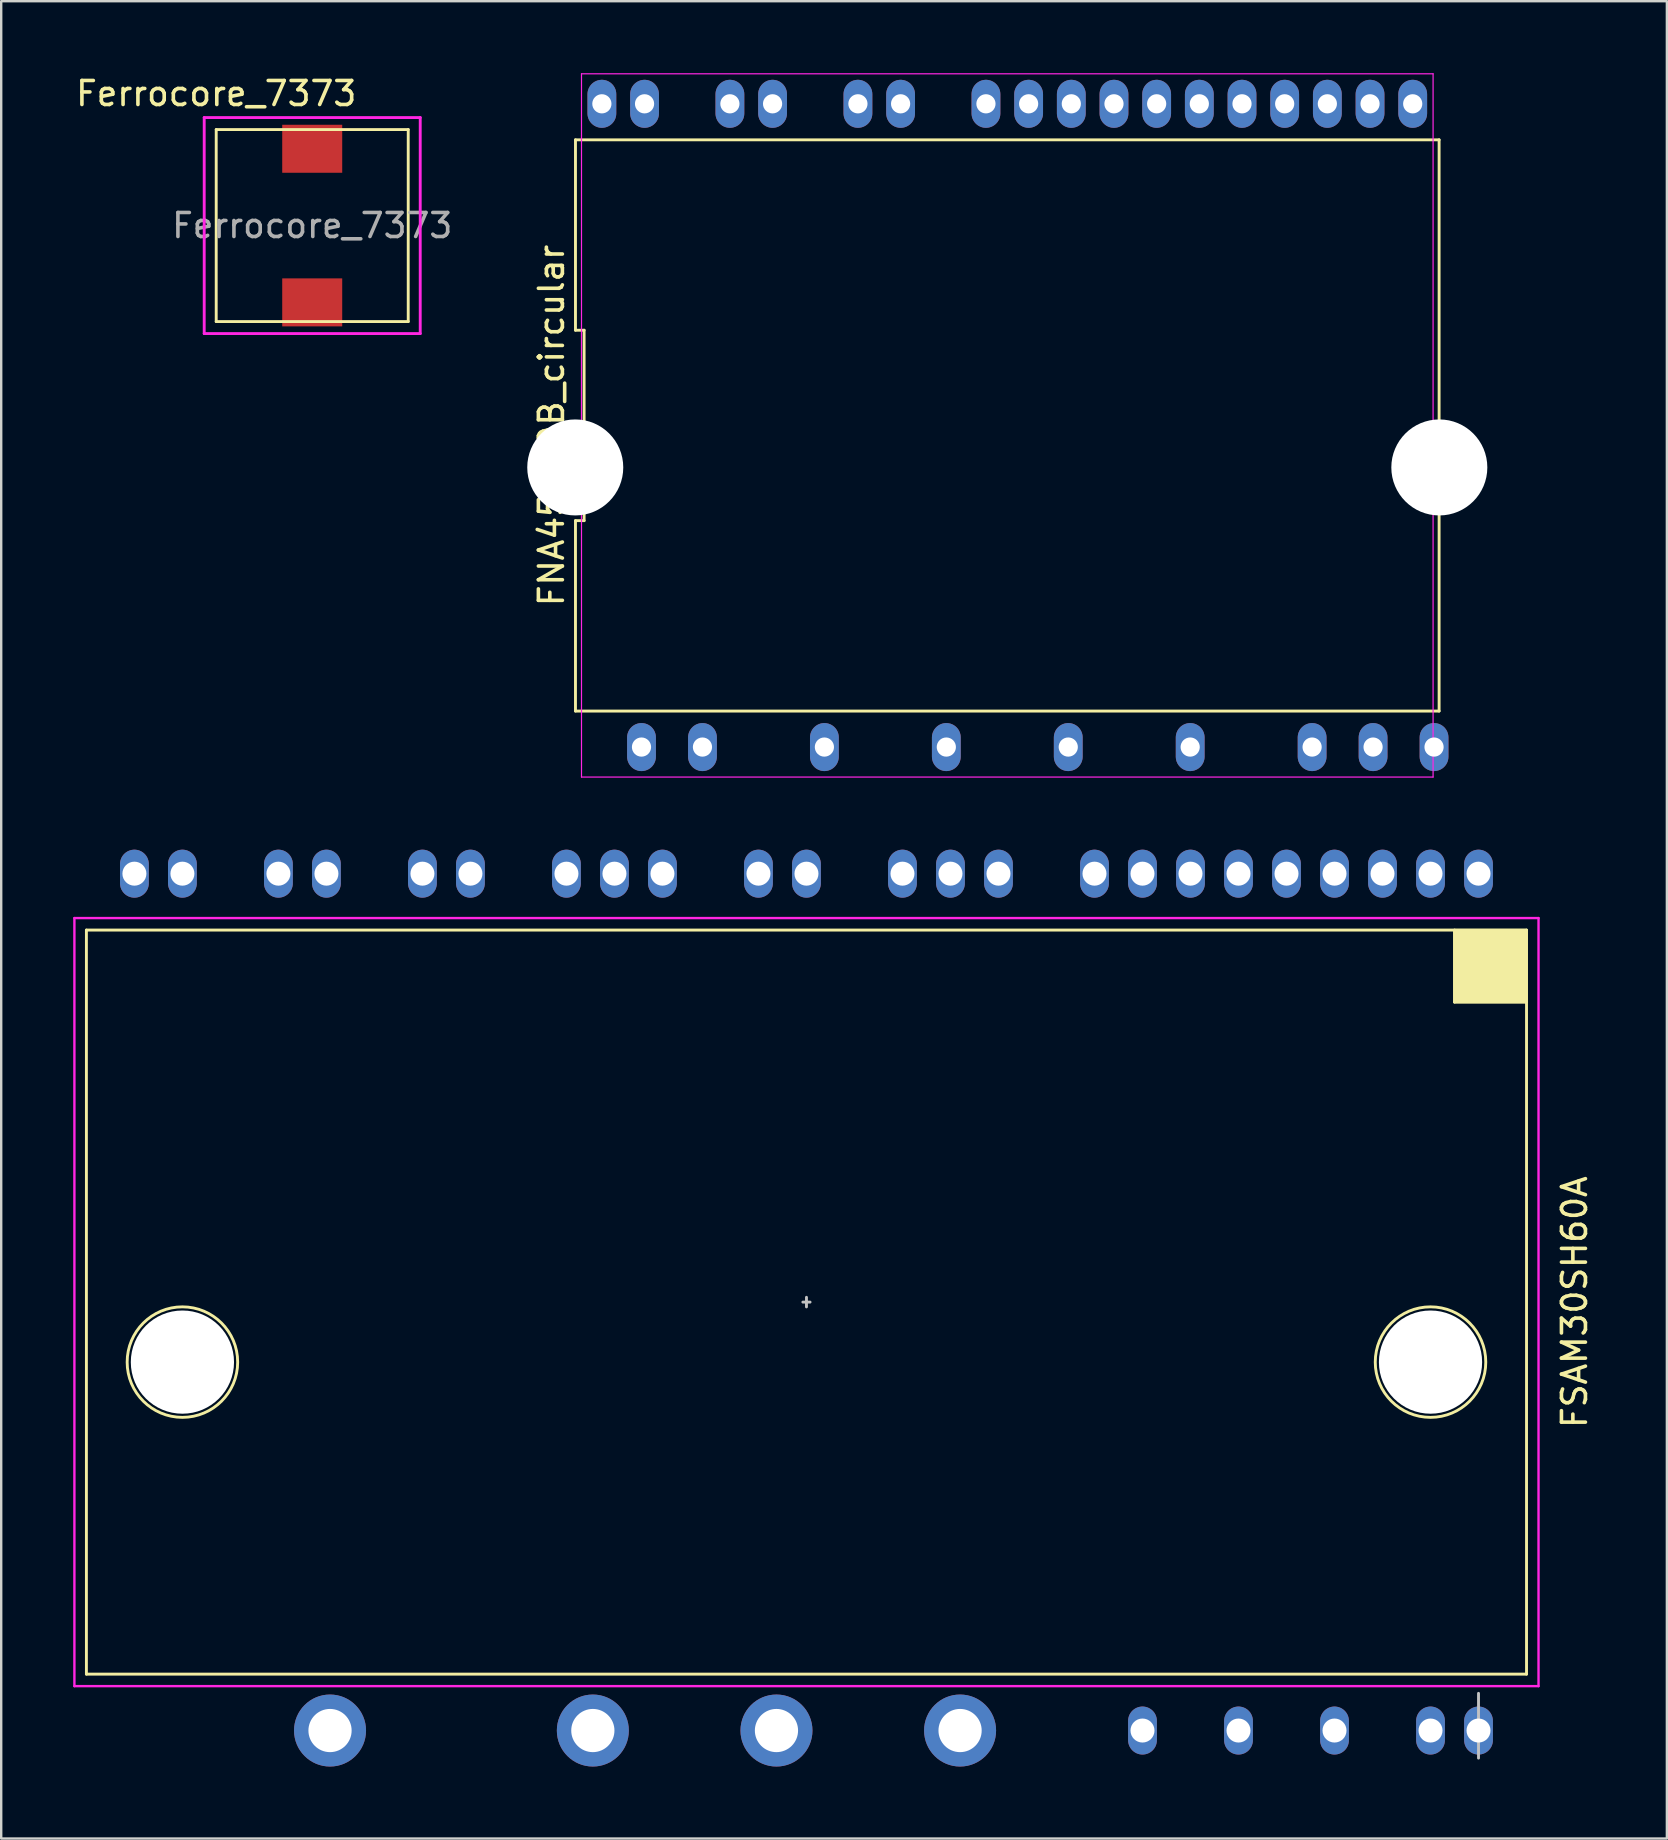
<source format=kicad_pcb>
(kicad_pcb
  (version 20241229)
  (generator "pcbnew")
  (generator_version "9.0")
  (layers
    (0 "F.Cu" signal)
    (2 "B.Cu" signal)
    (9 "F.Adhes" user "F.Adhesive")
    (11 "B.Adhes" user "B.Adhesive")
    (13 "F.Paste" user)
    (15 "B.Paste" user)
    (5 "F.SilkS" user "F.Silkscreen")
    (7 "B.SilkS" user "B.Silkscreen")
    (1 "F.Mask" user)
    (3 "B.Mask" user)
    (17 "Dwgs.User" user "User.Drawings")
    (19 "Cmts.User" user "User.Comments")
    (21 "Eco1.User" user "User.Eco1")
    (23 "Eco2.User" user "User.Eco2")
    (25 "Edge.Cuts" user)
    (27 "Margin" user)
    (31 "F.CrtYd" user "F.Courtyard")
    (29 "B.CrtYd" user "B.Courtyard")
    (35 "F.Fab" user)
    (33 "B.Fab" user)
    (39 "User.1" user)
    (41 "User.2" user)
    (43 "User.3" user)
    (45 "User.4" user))
  (footprint "FNA45160B_circular"
    (layer "F.Cu")
    (at 38.917 14.675)
    (property "Reference" "FNA45160B_circular" (at -18.991 0 90) (layer "F.SilkS") (effects (font (size 1 1) (thickness 0.15))))
    (attr through_hole)
    (fp_line (start -17.991 -11.9) (end -17.991 -3.967) (stroke (width 0.12) (type solid)) (layer "F.SilkS"))
    (fp_line (start -17.991 -3.967) (end -17.631 -3.967) (stroke (width 0.12) (type solid)) (layer "F.SilkS"))
    (fp_line (start -17.991 3.967) (end -17.991 11.9) (stroke (width 0.12) (type solid)) (layer "F.SilkS"))
    (fp_line (start -17.991 11.9) (end 17.991 11.9) (stroke (width 0.12) (type solid)) (layer "F.SilkS"))
    (fp_line (start -17.631 -3.967) (end -17.631 3.967) (stroke (width 0.12) (type solid)) (layer "F.SilkS"))
    (fp_line (start -17.631 3.967) (end -17.991 3.967) (stroke (width 0.12) (type solid)) (layer "F.SilkS"))
    (fp_line (start 17.991 -11.9) (end -17.991 -11.9) (stroke (width 0.12) (type solid)) (layer "F.SilkS"))
    (fp_line (start 17.991 11.9) (end 17.991 -11.9) (stroke (width 0.12) (type solid)) (layer "F.SilkS"))
    (fp_line (start -17.74 -14.65) (end 17.74 -14.65) (stroke (width 0.05) (type solid)) (layer "F.CrtYd"))
    (fp_line (start -17.74 14.65) (end -17.74 -14.65) (stroke (width 0.05) (type solid)) (layer "F.CrtYd"))
    (fp_line (start 17.74 -14.65) (end 17.74 14.65) (stroke (width 0.05) (type solid)) (layer "F.CrtYd"))
    (fp_line (start 17.74 14.65) (end -17.74 14.65) (stroke (width 0.05) (type solid)) (layer "F.CrtYd"))
    (pad "" np_thru_hole circle (at -18 1.75) (size 4 4) (drill 4) (layers "*.Cu" "*.Mask"))
    (pad "" np_thru_hole circle (at 18 1.75) (size 4 4) (drill 4) (layers "*.Cu" "*.Mask"))
    (pad "1" thru_hole oval (at -15.24 13.4) (size 1.2 2) (drill 0.8) (layers "*.Cu" "*.Mask"))
    (pad "2" thru_hole oval (at -12.7 13.4) (size 1.2 2) (drill 0.8) (layers "*.Cu" "*.Mask"))
    (pad "4" thru_hole oval (at -7.62 13.4) (size 1.2 2) (drill 0.8) (layers "*.Cu" "*.Mask"))
    (pad "6" thru_hole oval (at -2.54 13.4) (size 1.2 2) (drill 0.8) (layers "*.Cu" "*.Mask"))
    (pad "8" thru_hole oval (at 2.54 13.4) (size 1.2 2) (drill 0.8) (layers "*.Cu" "*.Mask"))
    (pad "10" thru_hole oval (at 7.62 13.4) (size 1.2 2) (drill 0.8) (layers "*.Cu" "*.Mask"))
    (pad "12" thru_hole oval (at 12.7 13.4) (size 1.2 2) (drill 0.8) (layers "*.Cu" "*.Mask"))
    (pad "13" thru_hole oval (at 15.24 13.4) (size 1.2 2) (drill 0.8) (layers "*.Cu" "*.Mask"))
    (pad "14" thru_hole oval (at 17.78 13.4) (size 1.2 2) (drill 0.8) (layers "*.Cu" "*.Mask"))
    (pad "21" thru_hole oval (at 16.891 -13.4) (size 1.2 2) (drill 0.8) (layers "*.Cu" "*.Mask"))
    (pad "22" thru_hole oval (at 15.113 -13.4) (size 1.2 2) (drill 0.8) (layers "*.Cu" "*.Mask"))
    (pad "23" thru_hole oval (at 13.335 -13.4) (size 1.2 2) (drill 0.8) (layers "*.Cu" "*.Mask"))
    (pad "24" thru_hole oval (at 11.557 -13.4) (size 1.2 2) (drill 0.8) (layers "*.Cu" "*.Mask"))
    (pad "25" thru_hole oval (at 9.779 -13.4) (size 1.2 2) (drill 0.8) (layers "*.Cu" "*.Mask"))
    (pad "26" thru_hole oval (at 8.001 -13.4) (size 1.2 2) (drill 0.8) (layers "*.Cu" "*.Mask"))
    (pad "27" thru_hole oval (at 6.223 -13.4) (size 1.2 2) (drill 0.8) (layers "*.Cu" "*.Mask"))
    (pad "28" thru_hole oval (at 4.445 -13.4) (size 1.2 2) (drill 0.8) (layers "*.Cu" "*.Mask"))
    (pad "29" thru_hole oval (at 2.667 -13.4) (size 1.2 2) (drill 0.8) (layers "*.Cu" "*.Mask"))
    (pad "30" thru_hole oval (at 0.889 -13.4) (size 1.2 2) (drill 0.8) (layers "*.Cu" "*.Mask"))
    (pad "31" thru_hole oval (at -0.889 -13.4) (size 1.2 2) (drill 0.8) (layers "*.Cu" "*.Mask"))
    (pad "33" thru_hole oval (at -4.445 -13.4) (size 1.2 2) (drill 0.8) (layers "*.Cu" "*.Mask"))
    (pad "34" thru_hole oval (at -6.223 -13.4) (size 1.2 2) (drill 0.8) (layers "*.Cu" "*.Mask"))
    (pad "36" thru_hole oval (at -9.779 -13.4) (size 1.2 2) (drill 0.8) (layers "*.Cu" "*.Mask"))
    (pad "37" thru_hole oval (at -11.557 -13.4) (size 1.2 2) (drill 0.8) (layers "*.Cu" "*.Mask"))
    (pad "39" thru_hole oval (at -15.113 -13.4) (size 1.2 2) (drill 0.8) (layers "*.Cu" "*.Mask"))
    (pad "40" thru_hole oval (at -16.891 -13.4) (size 1.2 2) (drill 0.8) (layers "*.Cu" "*.Mask")))
  (footprint "FSAM30SH60A"
    (layer "F.Cu")
    (at 30.55 51.2)
    (property "Reference" "FSAM30SH60A" (at 32 0 270) (layer "F.SilkS") (effects (font (size 1 1) (thickness 0.15))))
    (attr through_hole)
    (fp_line (start -30 -15.5) (end -30 15.5) (stroke (width 0.12) (type solid)) (layer "F.SilkS"))
    (fp_line (start -30 15.5) (end 30 15.5) (stroke (width 0.12) (type solid)) (layer "F.SilkS"))
    (fp_line (start 27 -15.5) (end 27 -12.5) (stroke (width 0.12) (type solid)) (layer "F.SilkS"))
    (fp_line (start 27 -12.5) (end 30 -12.5) (stroke (width 0.12) (type solid)) (layer "F.SilkS"))
    (fp_line (start 30 -15.5) (end -30 -15.5) (stroke (width 0.12) (type solid)) (layer "F.SilkS"))
    (fp_line (start 30 15.5) (end 30 -15.5) (stroke (width 0.12) (type solid)) (layer "F.SilkS"))
    (fp_circle (center -26 2.5) (end -23.7 2.6) (stroke (width 0.12) (type solid)) (fill no) (layer "F.SilkS"))
    (fp_circle (center 26 2.5) (end 23.7 2.4) (stroke (width 0.12) (type solid)) (fill no) (layer "F.SilkS"))
    (fp_poly (pts (xy 30 -12.5) (xy 27 -12.5) (xy 27 -15.5) (xy 30 -15.5)) (stroke (width 0.1) (type solid)) (fill yes) (layer "F.SilkS"))
    (fp_line (start -0.15 0) (end 0.15 0) (stroke (width 0.12) (type solid)) (layer "Dwgs.User"))
    (fp_line (start 0 -0.2) (end 0 0.2) (stroke (width 0.12) (type solid)) (layer "Dwgs.User"))
    (fp_line (start 28 19) (end 28 16.3) (stroke (width 0.12) (type solid)) (layer "Dwgs.User"))
    (fp_line (start -30.5 -16) (end -30.5 16) (stroke (width 0.1) (type solid)) (layer "F.CrtYd"))
    (fp_line (start -30.5 16) (end 30.5 16) (stroke (width 0.1) (type solid)) (layer "F.CrtYd"))
    (fp_line (start 30.5 -16) (end -30.5 -16) (stroke (width 0.1) (type solid)) (layer "F.CrtYd"))
    (fp_line (start 30.5 16) (end 30.5 -16) (stroke (width 0.1) (type solid)) (layer "F.CrtYd"))
    (pad "" np_thru_hole circle (at -26 2.5 180) (size 4.3 4.3) (drill 4.3) (layers "*.Cu" "*.Mask"))
    (pad "" np_thru_hole circle (at 26 2.5 180) (size 4.3 4.3) (drill 4.3) (layers "*.Cu" "*.Mask"))
    (pad "1" thru_hole oval (at 28 -17.85 180) (size 1.2 2) (drill 1) (layers "*.Cu" "*.Mask"))
    (pad "2" thru_hole oval (at 26 -17.85 180) (size 1.2 2) (drill 1) (layers "*.Cu" "*.Mask"))
    (pad "3" thru_hole oval (at 24 -17.85 180) (size 1.2 2) (drill 1) (layers "*.Cu" "*.Mask"))
    (pad "4" thru_hole oval (at 22 -17.85 180) (size 1.2 2) (drill 1) (layers "*.Cu" "*.Mask"))
    (pad "5" thru_hole oval (at 20 -17.85 180) (size 1.2 2) (drill 1) (layers "*.Cu" "*.Mask"))
    (pad "6" thru_hole oval (at 18 -17.85 180) (size 1.2 2) (drill 1) (layers "*.Cu" "*.Mask"))
    (pad "7" thru_hole oval (at 16 -17.85 180) (size 1.2 2) (drill 1) (layers "*.Cu" "*.Mask"))
    (pad "8" thru_hole oval (at 14 -17.85 180) (size 1.2 2) (drill 1) (layers "*.Cu" "*.Mask"))
    (pad "9" thru_hole oval (at 12 -17.85 180) (size 1.2 2) (drill 1) (layers "*.Cu" "*.Mask"))
    (pad "10" thru_hole oval (at 8 -17.85 180) (size 1.2 2) (drill 1) (layers "*.Cu" "*.Mask"))
    (pad "11" thru_hole oval (at 6 -17.85 180) (size 1.2 2) (drill 1) (layers "*.Cu" "*.Mask"))
    (pad "12" thru_hole oval (at 4 -17.85 180) (size 1.2 2) (drill 1) (layers "*.Cu" "*.Mask"))
    (pad "13" thru_hole oval (at 0 -17.85 180) (size 1.2 2) (drill 1) (layers "*.Cu" "*.Mask"))
    (pad "14" thru_hole oval (at -2 -17.85 180) (size 1.2 2) (drill 1) (layers "*.Cu" "*.Mask"))
    (pad "15" thru_hole oval (at -6 -17.85 180) (size 1.2 2) (drill 1) (layers "*.Cu" "*.Mask"))
    (pad "16" thru_hole oval (at -8 -17.85 180) (size 1.2 2) (drill 1) (layers "*.Cu" "*.Mask"))
    (pad "17" thru_hole oval (at -10 -17.85 180) (size 1.2 2) (drill 1) (layers "*.Cu" "*.Mask"))
    (pad "18" thru_hole oval (at -14 -17.85 180) (size 1.2 2) (drill 1) (layers "*.Cu" "*.Mask"))
    (pad "19" thru_hole oval (at -16 -17.85 180) (size 1.2 2) (drill 1) (layers "*.Cu" "*.Mask"))
    (pad "20" thru_hole oval (at -20 -17.85 180) (size 1.2 2) (drill 1) (layers "*.Cu" "*.Mask"))
    (pad "21" thru_hole oval (at -22 -17.85 180) (size 1.2 2) (drill 1) (layers "*.Cu" "*.Mask"))
    (pad "22" thru_hole oval (at -26 -17.85 180) (size 1.2 2) (drill 1) (layers "*.Cu" "*.Mask"))
    (pad "23" thru_hole oval (at -28 -17.85 180) (size 1.2 2) (drill 1) (layers "*.Cu" "*.Mask"))
    (pad "24" thru_hole oval (at 28 17.85 180) (size 1.2 2) (drill 1) (layers "*.Cu" "*.Mask"))
    (pad "25" thru_hole oval (at 26 17.85 180) (size 1.2 2) (drill 1) (layers "*.Cu" "*.Mask"))
    (pad "26" thru_hole oval (at 22 17.85 180) (size 1.2 2) (drill 1) (layers "*.Cu" "*.Mask"))
    (pad "27" thru_hole oval (at 18 17.85 180) (size 1.2 2) (drill 1) (layers "*.Cu" "*.Mask"))
    (pad "28" thru_hole oval (at 14 17.85 180) (size 1.2 2) (drill 1) (layers "*.Cu" "*.Mask"))
    (pad "29" thru_hole oval (at 6.4 17.85 180) (size 3 3) (drill 1.8) (layers "*.Cu" "*.Mask"))
    (pad "30" thru_hole oval (at -1.25 17.85 180) (size 3 3) (drill 1.8) (layers "*.Cu" "*.Mask"))
    (pad "31" thru_hole oval (at -8.9 17.85 180) (size 3 3) (drill 1.8) (layers "*.Cu" "*.Mask"))
    (pad "32" thru_hole oval (at -19.85 17.85 180) (size 3 3) (drill 1.8) (layers "*.Cu" "*.Mask")))
  (footprint "Ferrocore_7373"
    (layer "F.Cu")
    (at 9.958 6.348)
    (property "Reference" "Ferrocore_7373" (at -4 -5.5 0) (layer "F.SilkS") (effects (font (size 1 1) (thickness 0.15))))
    (attr through_hole)
    (fp_line (start -4 -4) (end 4 -4) (stroke (width 0.12) (type solid)) (layer "F.SilkS"))
    (fp_line (start -4 4) (end -4 -4) (stroke (width 0.12) (type solid)) (layer "F.SilkS"))
    (fp_line (start 4 -4) (end 4 4) (stroke (width 0.12) (type solid)) (layer "F.SilkS"))
    (fp_line (start 4 4) (end -4 4) (stroke (width 0.12) (type solid)) (layer "F.SilkS"))
    (fp_line (start -4.5 -4.5) (end 4.5 -4.5) (stroke (width 0.12) (type solid)) (layer "F.CrtYd"))
    (fp_line (start -4.5 4.5) (end -4.5 -4.5) (stroke (width 0.12) (type solid)) (layer "F.CrtYd"))
    (fp_line (start 4.5 -4.5) (end 4.5 4.5) (stroke (width 0.12) (type solid)) (layer "F.CrtYd"))
    (fp_line (start 4.5 4.5) (end -4.5 4.5) (stroke (width 0.12) (type solid)) (layer "F.CrtYd"))
    (fp_text user "${REFERENCE}" (at 0 0 0) (layer "F.Fab") (effects (font (size 1 1) (thickness 0.15))))
    (pad "1" smd rect (at 0 -3.2) (size 2.5 2) (layers "F.Cu" "F.Mask" "F.Paste"))
    (pad "2" smd rect (at 0 3.2) (size 2.5 2) (layers "F.Cu" "F.Mask" "F.Paste")))
  (gr_rect
    (start -3 -3)
    (end 66.398 73.55)
    (stroke (width 0.1) (type default))
    (fill no)
    (layer "Edge.Cuts")))
</source>
